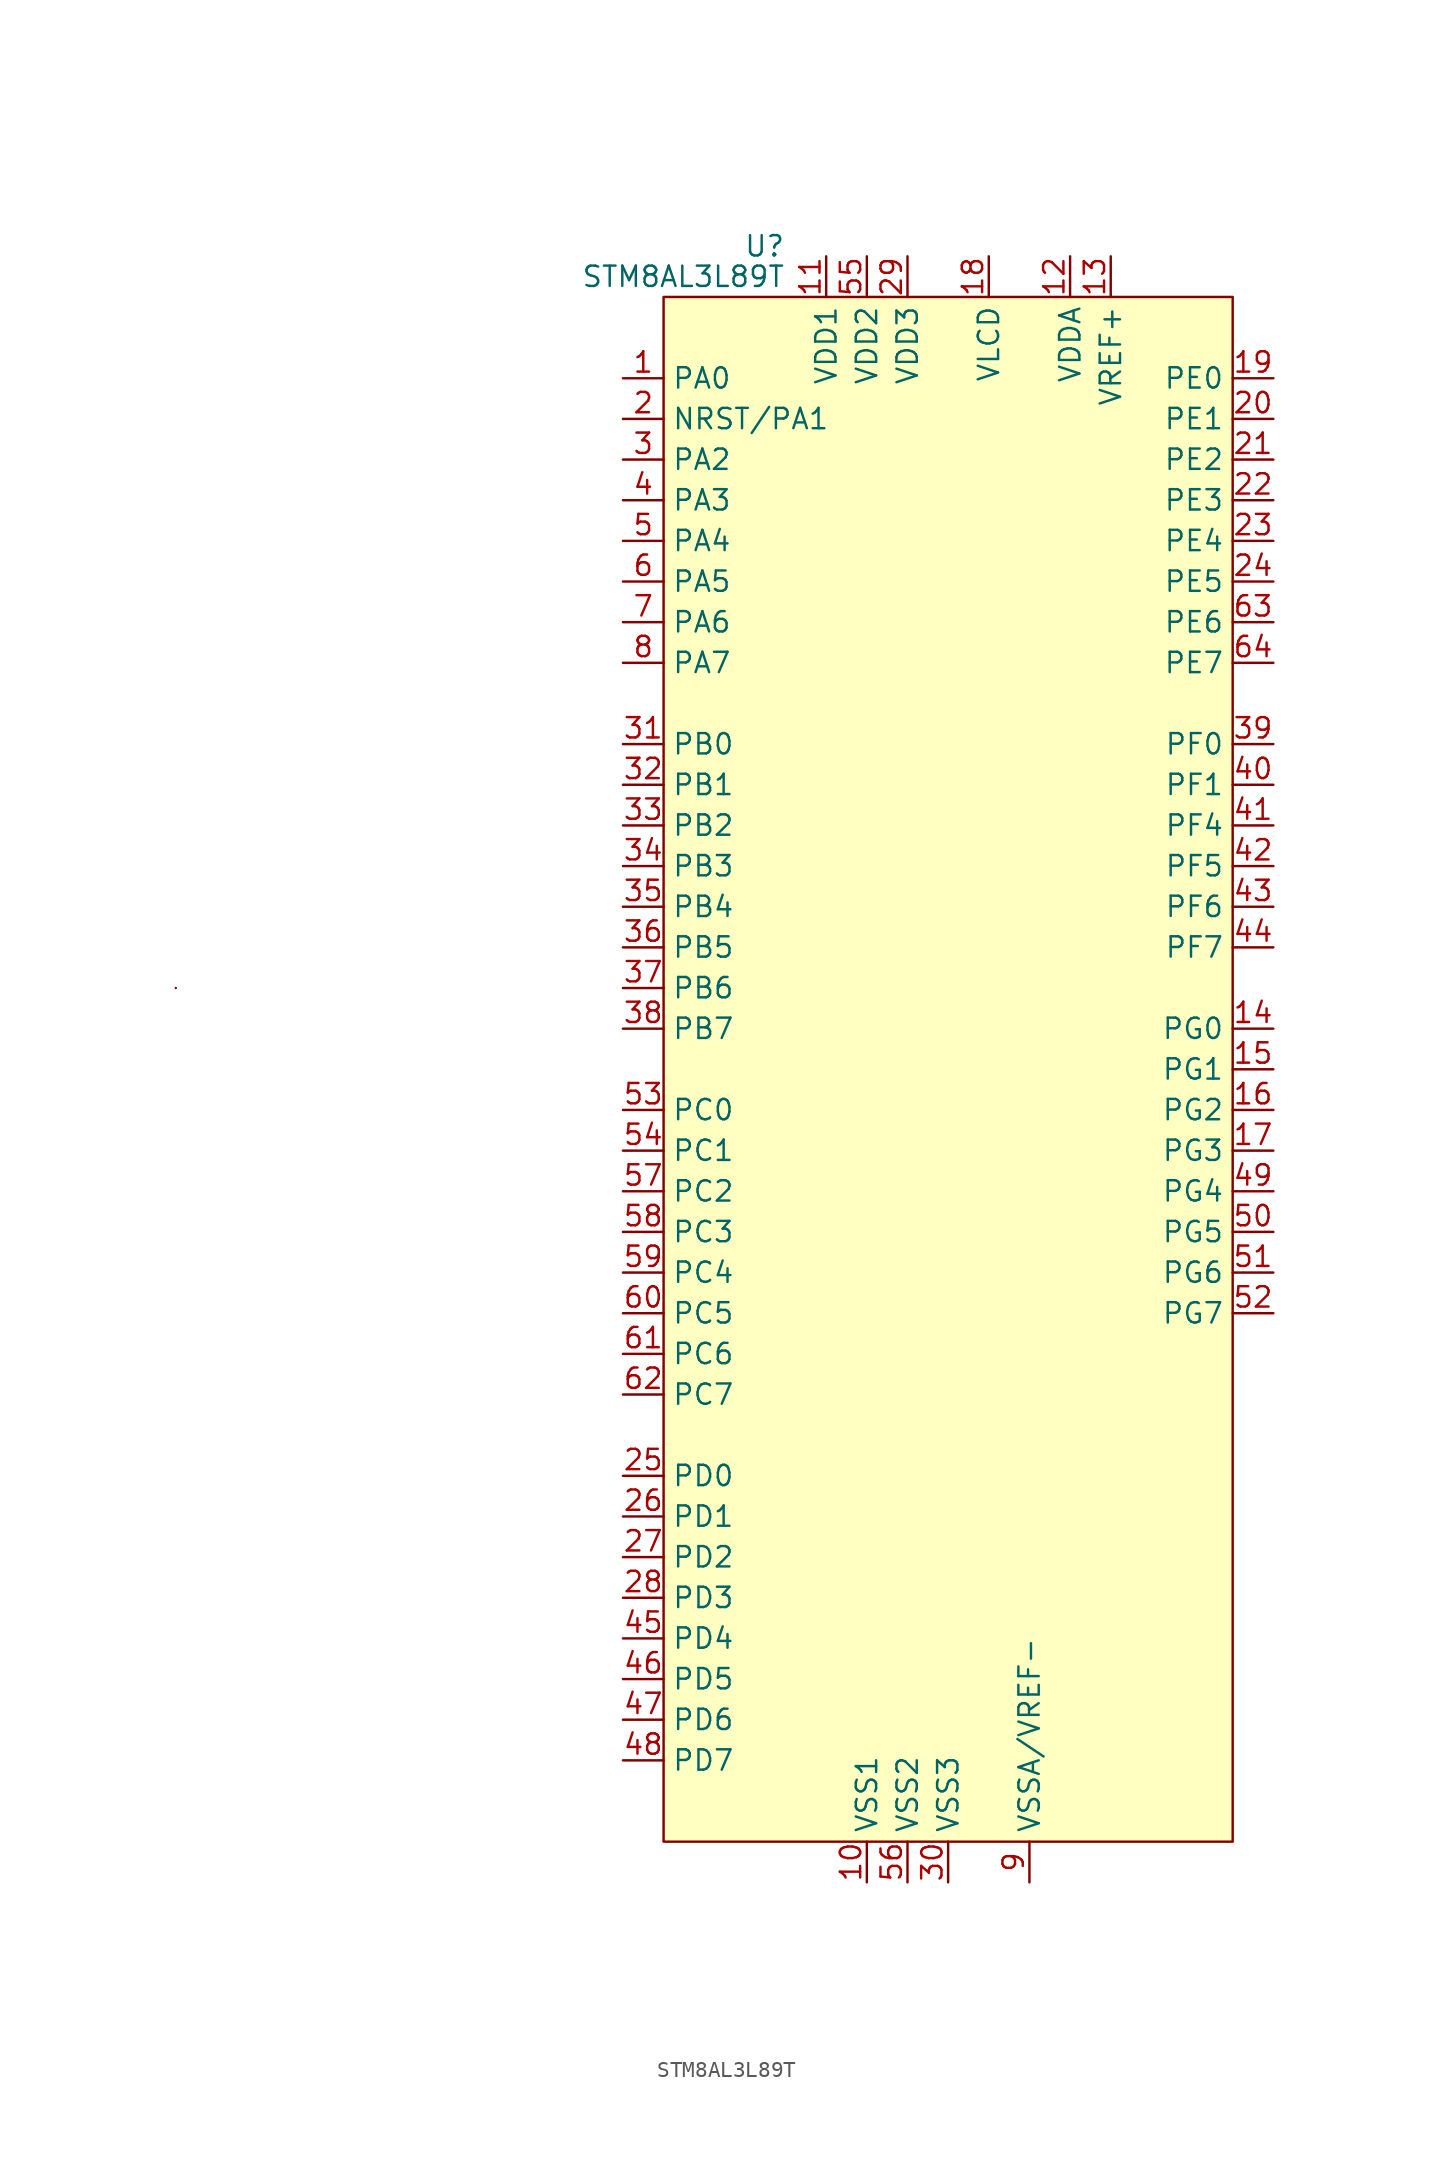
<source format=kicad_sym>
(kicad_symbol_lib
  (version 20201005)
  (generator kicad_symbol_editor)
  (symbol "MCU_ST_STM8:STM8AL3L89T"
    (property "Reference" "U"
      (at -10.16 51.435 0)
      (effects (font (size 1.27 1.27)) (justify right)))
    (property "Value" "STM8AL3L89T"
      (at -10.16 49.53 0)
      (effects (font (size 1.27 1.27)) (justify right)))
    (symbol "STM8AL3L89T_0_0"
      (pin bidirectional line (at -20.32 43.18 0) (length 2.54) (name "PA0" (effects (font (size 1.27 1.27)))) (number "1" (effects (font (size 1.27 1.27)))))
      (pin power_in line (at -5.08 -50.8 90) (length 2.54) (name "VSS1" (effects (font (size 1.27 1.27)))) (number "10" (effects (font (size 1.27 1.27)))))
      (pin power_in line (at -7.62 50.8 270) (length 2.54) (name "VDD1" (effects (font (size 1.27 1.27)))) (number "11" (effects (font (size 1.27 1.27)))))
      (pin power_in line (at 7.62 50.8 270) (length 2.54) (name "VDDA" (effects (font (size 1.27 1.27)))) (number "12" (effects (font (size 1.27 1.27)))))
      (pin power_in line (at 10.16 50.8 270) (length 2.54) (name "VREF+" (effects (font (size 1.27 1.27)))) (number "13" (effects (font (size 1.27 1.27)))))
      (pin bidirectional line (at 20.32 2.54 180) (length 2.54) (name "PG0" (effects (font (size 1.27 1.27)))) (number "14" (effects (font (size 1.27 1.27)))))
      (pin bidirectional line (at 20.32 0 180) (length 2.54) (name "PG1" (effects (font (size 1.27 1.27)))) (number "15" (effects (font (size 1.27 1.27)))))
      (pin bidirectional line (at 20.32 -2.54 180) (length 2.54) (name "PG2" (effects (font (size 1.27 1.27)))) (number "16" (effects (font (size 1.27 1.27)))))
      (pin bidirectional line (at 20.32 -5.08 180) (length 2.54) (name "PG3" (effects (font (size 1.27 1.27)))) (number "17" (effects (font (size 1.27 1.27)))))
      (pin power_in line (at 2.54 50.8 270) (length 2.54) (name "VLCD" (effects (font (size 1.27 1.27)))) (number "18" (effects (font (size 1.27 1.27)))))
      (pin bidirectional line (at 20.32 43.18 180) (length 2.54) (name "PE0" (effects (font (size 1.27 1.27)))) (number "19" (effects (font (size 1.27 1.27)))))
      (pin bidirectional line (at -20.32 40.64 0) (length 2.54) (name "NRST/PA1" (effects (font (size 1.27 1.27)))) (number "2" (effects (font (size 1.27 1.27)))))
      (pin bidirectional line (at 20.32 40.64 180) (length 2.54) (name "PE1" (effects (font (size 1.27 1.27)))) (number "20" (effects (font (size 1.27 1.27)))))
      (pin bidirectional line (at 20.32 38.1 180) (length 2.54) (name "PE2" (effects (font (size 1.27 1.27)))) (number "21" (effects (font (size 1.27 1.27)))))
      (pin bidirectional line (at 20.32 35.56 180) (length 2.54) (name "PE3" (effects (font (size 1.27 1.27)))) (number "22" (effects (font (size 1.27 1.27)))))
      (pin bidirectional line (at 20.32 33.02 180) (length 2.54) (name "PE4" (effects (font (size 1.27 1.27)))) (number "23" (effects (font (size 1.27 1.27)))))
      (pin bidirectional line (at 20.32 30.48 180) (length 2.54) (name "PE5" (effects (font (size 1.27 1.27)))) (number "24" (effects (font (size 1.27 1.27)))))
      (pin bidirectional line (at -20.32 -25.4 0) (length 2.54) (name "PD0" (effects (font (size 1.27 1.27)))) (number "25" (effects (font (size 1.27 1.27)))))
      (pin bidirectional line (at -20.32 -27.94 0) (length 2.54) (name "PD1" (effects (font (size 1.27 1.27)))) (number "26" (effects (font (size 1.27 1.27)))))
      (pin bidirectional line (at -20.32 -30.48 0) (length 2.54) (name "PD2" (effects (font (size 1.27 1.27)))) (number "27" (effects (font (size 1.27 1.27)))))
      (pin bidirectional line (at -20.32 -33.02 0) (length 2.54) (name "PD3" (effects (font (size 1.27 1.27)))) (number "28" (effects (font (size 1.27 1.27)))))
      (pin power_in line (at -2.54 50.8 270) (length 2.54) (name "VDD3" (effects (font (size 1.27 1.27)))) (number "29" (effects (font (size 1.27 1.27)))))
      (pin bidirectional line (at -20.32 38.1 0) (length 2.54) (name "PA2" (effects (font (size 1.27 1.27)))) (number "3" (effects (font (size 1.27 1.27)))))
      (pin power_in line (at 0 -50.8 90) (length 2.54) (name "VSS3" (effects (font (size 1.27 1.27)))) (number "30" (effects (font (size 1.27 1.27)))))
      (pin bidirectional line (at -20.32 20.32 0) (length 2.54) (name "PB0" (effects (font (size 1.27 1.27)))) (number "31" (effects (font (size 1.27 1.27)))))
      (pin bidirectional line (at -20.32 17.78 0) (length 2.54) (name "PB1" (effects (font (size 1.27 1.27)))) (number "32" (effects (font (size 1.27 1.27)))))
      (pin bidirectional line (at -20.32 15.24 0) (length 2.54) (name "PB2" (effects (font (size 1.27 1.27)))) (number "33" (effects (font (size 1.27 1.27)))))
      (pin bidirectional line (at -20.32 12.7 0) (length 2.54) (name "PB3" (effects (font (size 1.27 1.27)))) (number "34" (effects (font (size 1.27 1.27)))))
      (pin bidirectional line (at -20.32 10.16 0) (length 2.54) (name "PB4" (effects (font (size 1.27 1.27)))) (number "35" (effects (font (size 1.27 1.27)))))
      (pin bidirectional line (at -20.32 7.62 0) (length 2.54) (name "PB5" (effects (font (size 1.27 1.27)))) (number "36" (effects (font (size 1.27 1.27)))))
      (pin bidirectional line (at -20.32 5.08 0) (length 2.54) (name "PB6" (effects (font (size 1.27 1.27)))) (number "37" (effects (font (size 1.27 1.27)))))
      (pin bidirectional line (at -20.32 2.54 0) (length 2.54) (name "PB7" (effects (font (size 1.27 1.27)))) (number "38" (effects (font (size 1.27 1.27)))))
      (pin bidirectional line (at 20.32 20.32 180) (length 2.54) (name "PF0" (effects (font (size 1.27 1.27)))) (number "39" (effects (font (size 1.27 1.27)))))
      (pin bidirectional line (at -20.32 35.56 0) (length 2.54) (name "PA3" (effects (font (size 1.27 1.27)))) (number "4" (effects (font (size 1.27 1.27)))))
      (pin bidirectional line (at 20.32 17.78 180) (length 2.54) (name "PF1" (effects (font (size 1.27 1.27)))) (number "40" (effects (font (size 1.27 1.27)))))
      (pin bidirectional line (at 20.32 15.24 180) (length 2.54) (name "PF4" (effects (font (size 1.27 1.27)))) (number "41" (effects (font (size 1.27 1.27)))))
      (pin bidirectional line (at 20.32 12.7 180) (length 2.54) (name "PF5" (effects (font (size 1.27 1.27)))) (number "42" (effects (font (size 1.27 1.27)))))
      (pin bidirectional line (at 20.32 10.16 180) (length 2.54) (name "PF6" (effects (font (size 1.27 1.27)))) (number "43" (effects (font (size 1.27 1.27)))))
      (pin bidirectional line (at 20.32 7.62 180) (length 2.54) (name "PF7" (effects (font (size 1.27 1.27)))) (number "44" (effects (font (size 1.27 1.27)))))
      (pin bidirectional line (at -20.32 -35.56 0) (length 2.54) (name "PD4" (effects (font (size 1.27 1.27)))) (number "45" (effects (font (size 1.27 1.27)))))
      (pin bidirectional line (at -20.32 -38.1 0) (length 2.54) (name "PD5" (effects (font (size 1.27 1.27)))) (number "46" (effects (font (size 1.27 1.27)))))
      (pin bidirectional line (at -20.32 -40.64 0) (length 2.54) (name "PD6" (effects (font (size 1.27 1.27)))) (number "47" (effects (font (size 1.27 1.27)))))
      (pin bidirectional line (at -20.32 -43.18 0) (length 2.54) (name "PD7" (effects (font (size 1.27 1.27)))) (number "48" (effects (font (size 1.27 1.27)))))
      (pin bidirectional line (at 20.32 -7.62 180) (length 2.54) (name "PG4" (effects (font (size 1.27 1.27)))) (number "49" (effects (font (size 1.27 1.27)))))
      (pin bidirectional line (at -20.32 33.02 0) (length 2.54) (name "PA4" (effects (font (size 1.27 1.27)))) (number "5" (effects (font (size 1.27 1.27)))))
      (pin bidirectional line (at 20.32 -10.16 180) (length 2.54) (name "PG5" (effects (font (size 1.27 1.27)))) (number "50" (effects (font (size 1.27 1.27)))))
      (pin bidirectional line (at 20.32 -12.7 180) (length 2.54) (name "PG6" (effects (font (size 1.27 1.27)))) (number "51" (effects (font (size 1.27 1.27)))))
      (pin bidirectional line (at 20.32 -15.24 180) (length 2.54) (name "PG7" (effects (font (size 1.27 1.27)))) (number "52" (effects (font (size 1.27 1.27)))))
      (pin bidirectional line (at -20.32 -2.54 0) (length 2.54) (name "PC0" (effects (font (size 1.27 1.27)))) (number "53" (effects (font (size 1.27 1.27)))))
      (pin bidirectional line (at -20.32 -5.08 0) (length 2.54) (name "PC1" (effects (font (size 1.27 1.27)))) (number "54" (effects (font (size 1.27 1.27)))))
      (pin power_in line (at -5.08 50.8 270) (length 2.54) (name "VDD2" (effects (font (size 1.27 1.27)))) (number "55" (effects (font (size 1.27 1.27)))))
      (pin power_in line (at -2.54 -50.8 90) (length 2.54) (name "VSS2" (effects (font (size 1.27 1.27)))) (number "56" (effects (font (size 1.27 1.27)))))
      (pin bidirectional line (at -20.32 -7.62 0) (length 2.54) (name "PC2" (effects (font (size 1.27 1.27)))) (number "57" (effects (font (size 1.27 1.27)))))
      (pin bidirectional line (at -20.32 -10.16 0) (length 2.54) (name "PC3" (effects (font (size 1.27 1.27)))) (number "58" (effects (font (size 1.27 1.27)))))
      (pin bidirectional line (at -20.32 -12.7 0) (length 2.54) (name "PC4" (effects (font (size 1.27 1.27)))) (number "59" (effects (font (size 1.27 1.27)))))
      (pin bidirectional line (at -20.32 30.48 0) (length 2.54) (name "PA5" (effects (font (size 1.27 1.27)))) (number "6" (effects (font (size 1.27 1.27)))))
      (pin bidirectional line (at -20.32 -15.24 0) (length 2.54) (name "PC5" (effects (font (size 1.27 1.27)))) (number "60" (effects (font (size 1.27 1.27)))))
      (pin bidirectional line (at -20.32 -17.78 0) (length 2.54) (name "PC6" (effects (font (size 1.27 1.27)))) (number "61" (effects (font (size 1.27 1.27)))))
      (pin bidirectional line (at -20.32 -20.32 0) (length 2.54) (name "PC7" (effects (font (size 1.27 1.27)))) (number "62" (effects (font (size 1.27 1.27)))))
      (pin bidirectional line (at 20.32 27.94 180) (length 2.54) (name "PE6" (effects (font (size 1.27 1.27)))) (number "63" (effects (font (size 1.27 1.27)))))
      (pin bidirectional line (at 20.32 25.4 180) (length 2.54) (name "PE7" (effects (font (size 1.27 1.27)))) (number "64" (effects (font (size 1.27 1.27)))))
      (pin bidirectional line (at -20.32 27.94 0) (length 2.54) (name "PA6" (effects (font (size 1.27 1.27)))) (number "7" (effects (font (size 1.27 1.27)))))
      (pin bidirectional line (at -20.32 25.4 0) (length 2.54) (name "PA7" (effects (font (size 1.27 1.27)))) (number "8" (effects (font (size 1.27 1.27)))))
      (pin power_in line (at 5.08 -50.8 90) (length 2.54) (name "VSSA/VREF-" (effects (font (size 1.27 1.27)))) (number "9" (effects (font (size 1.27 1.27))))))
    (symbol "STM8AL3L89T_0_1"
      (rectangle (start -48.26 5.08) (end -48.26 5.08) (stroke (width 0.152)) (fill (type none)))
      (rectangle (start -17.78 48.26) (end 17.78 -48.26) (stroke (width 0)) (fill (type background))))))
</source>
